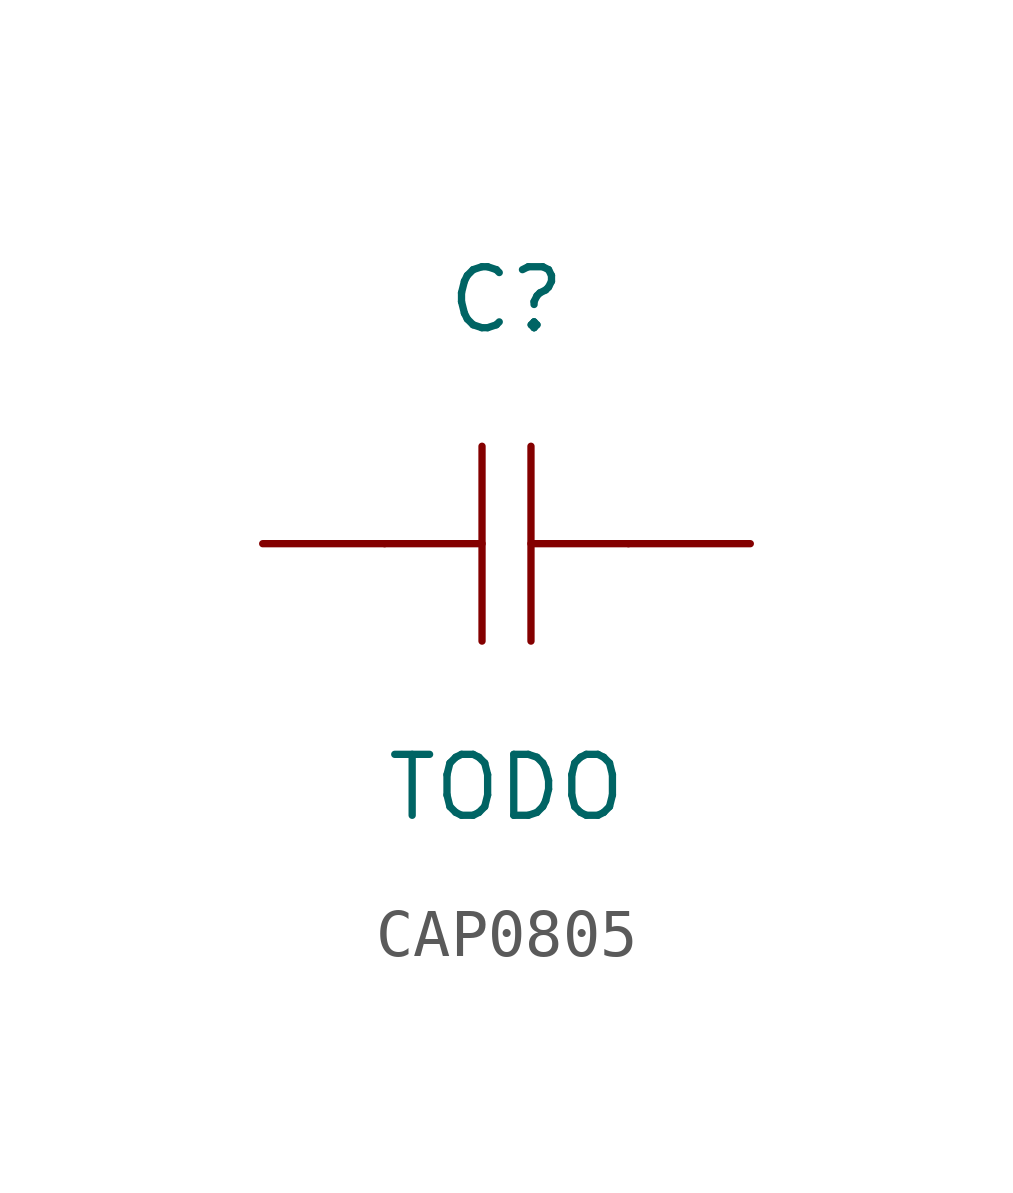
<source format=kicad_sym>
(kicad_symbol_lib
  (version 20241209)
  (generator "kicad_symbol_editor")
  (generator_version "9.0")
  (symbol "CAP0805"
    (property "Reference" "C"
      (at 0 5.08 0)
      (effects (font (size 1.27 1.27))))
    (property "Value" "TODO"
      (at 0 -5.08 0)
      (effects (font (size 1.27 1.27))))
    (symbol "CAP0805_0_1"
      (polyline (pts (xy -0.51 0) (xy -2.54 0)) (stroke (width 0) (type default)) (fill (type none)))
      (polyline (pts (xy -0.51 -2.03) (xy -0.51 2.03)) (stroke (width 0) (type default)) (fill (type none)))
      (polyline (pts (xy 0.51 2.03) (xy 0.51 -2.03)) (stroke (width 0) (type default)) (fill (type none)))
      (polyline (pts (xy 2.54 0) (xy 0.51 0)) (stroke (width 0) (type default)) (fill (type none))))
    (symbol "CAP0805_1_1"
      (pin passive line (at -5.08 0 0) (length 2.54) (name "1" (effects (font (size 0 0)))) (number "1" (effects (font (size 0 0)))))
      (pin passive line (at 5.08 0 180) (length 2.54) (name "2" (effects (font (size 0 0)))) (number "2" (effects (font (size 0 0))))))))
</source>
